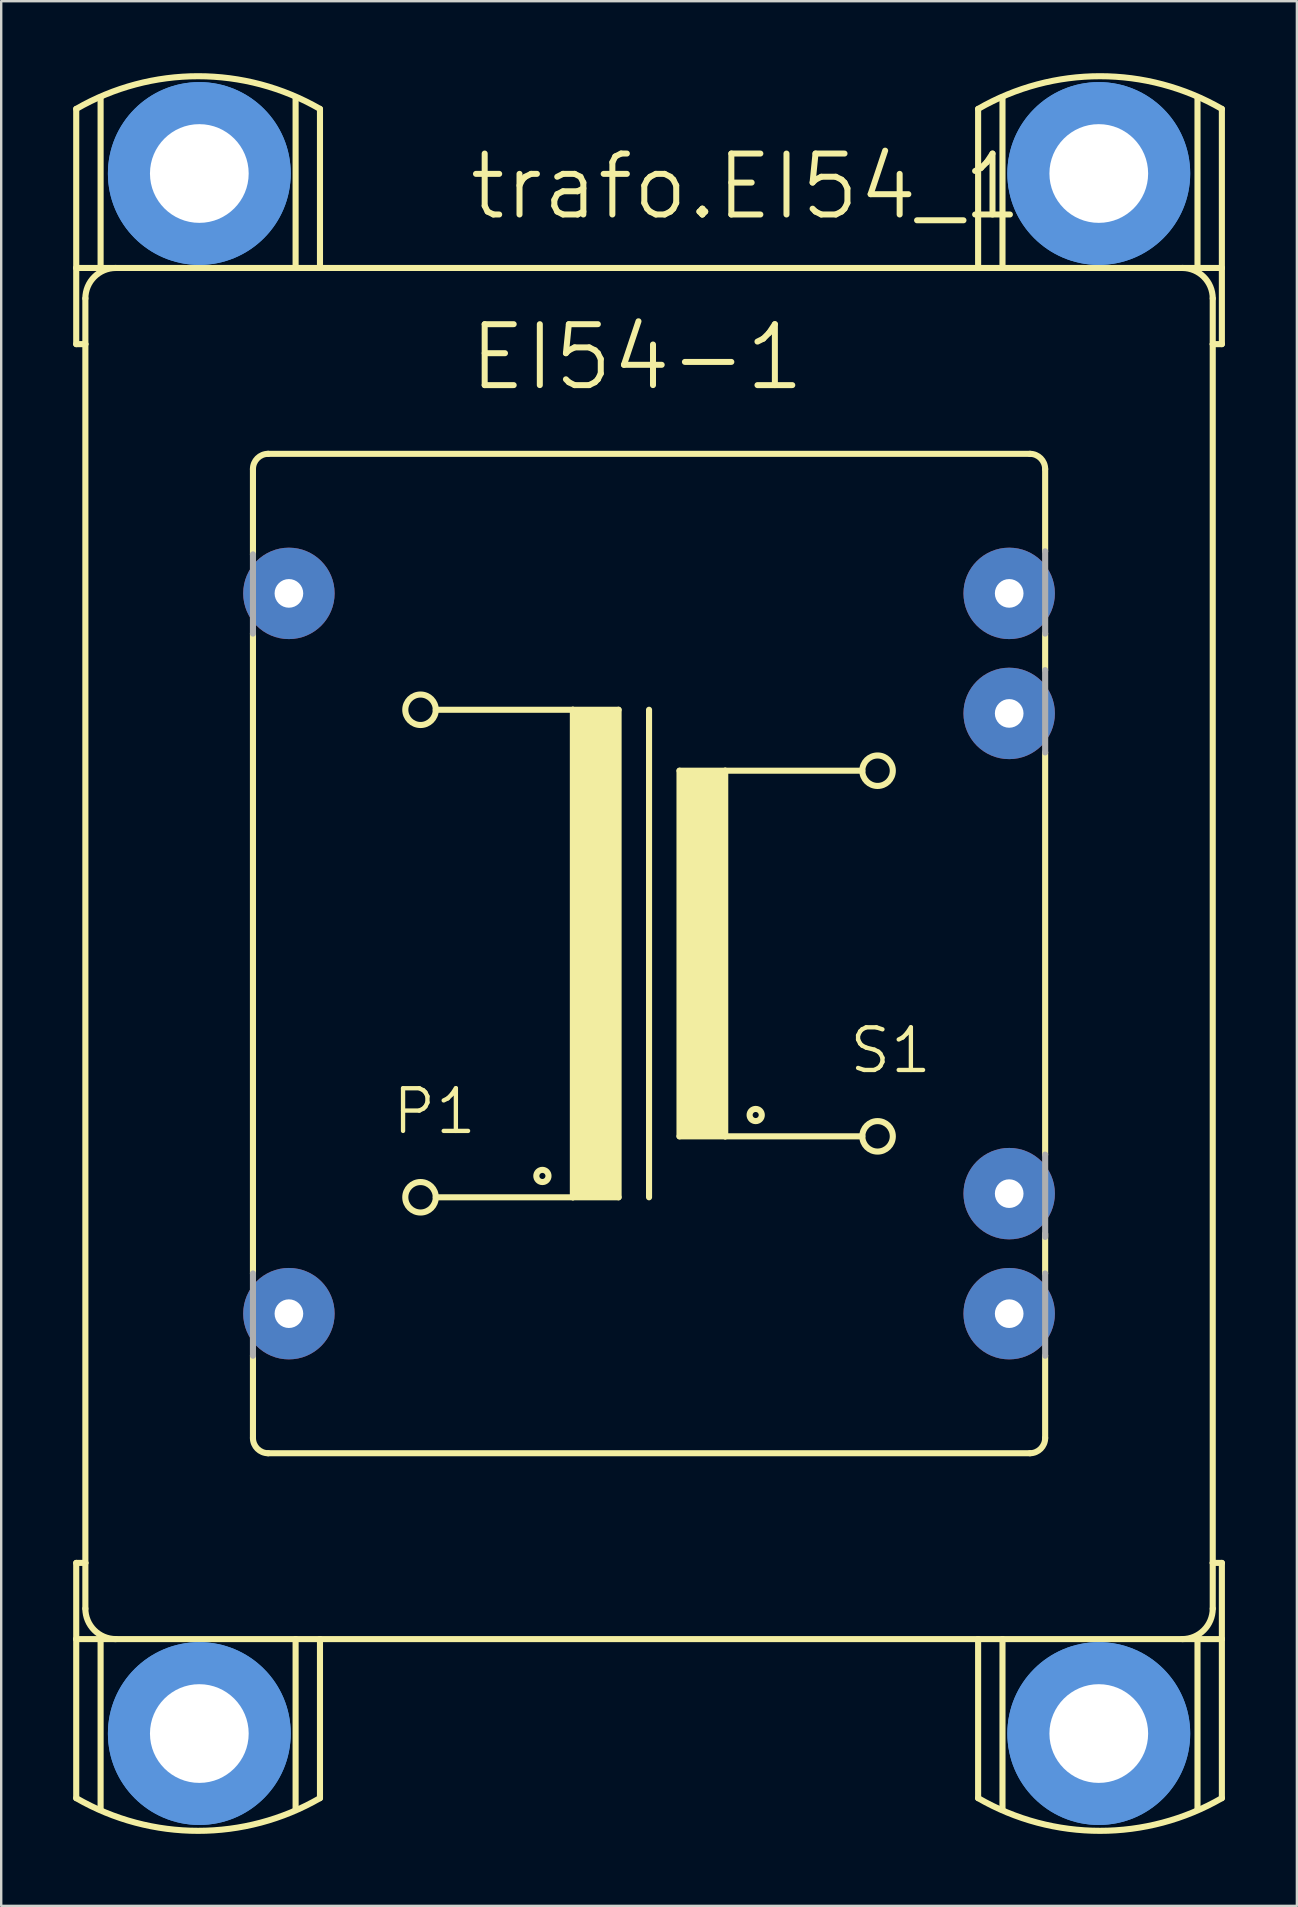
<source format=kicad_pcb>
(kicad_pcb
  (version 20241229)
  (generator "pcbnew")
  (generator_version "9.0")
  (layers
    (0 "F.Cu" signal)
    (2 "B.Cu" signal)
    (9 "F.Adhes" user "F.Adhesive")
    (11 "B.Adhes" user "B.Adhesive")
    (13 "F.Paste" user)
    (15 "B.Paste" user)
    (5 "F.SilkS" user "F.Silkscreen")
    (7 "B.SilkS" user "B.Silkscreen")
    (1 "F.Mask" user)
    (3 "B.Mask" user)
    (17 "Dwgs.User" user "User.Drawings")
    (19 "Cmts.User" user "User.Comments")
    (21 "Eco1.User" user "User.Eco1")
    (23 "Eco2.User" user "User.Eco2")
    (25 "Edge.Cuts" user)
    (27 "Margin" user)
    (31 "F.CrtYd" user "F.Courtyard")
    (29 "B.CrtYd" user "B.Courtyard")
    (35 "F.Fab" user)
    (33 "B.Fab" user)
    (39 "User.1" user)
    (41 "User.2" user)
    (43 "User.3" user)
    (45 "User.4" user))
  (footprint "trafo.EI54_1B"
    (layer "F.Cu")
    (at 24.003 36.694)
    (property "Reference" "trafo.EI54_1B" (at -7.62 -30.48 0) (layer "F.SilkS") (effects (font (size 2.54 2.54) (thickness 0.25)) (justify left bottom)))
    (attr through_hole)
    (fp_line (start -23.876 -35.204) (end -23.876 -28.575) (stroke (width 0.254) (type default)) (layer "F.SilkS"))
    (fp_line (start -23.876 -28.575) (end -22.86 -28.575) (stroke (width 0.254) (type default)) (layer "F.SilkS"))
    (fp_line (start -23.876 -25.4) (end -23.876 -28.575) (stroke (width 0.254) (type default)) (layer "F.SilkS"))
    (fp_line (start -23.876 -25.4) (end -23.495 -25.4) (stroke (width 0.254) (type default)) (layer "F.SilkS"))
    (fp_line (start -23.876 25.4) (end -23.495 25.4) (stroke (width 0.254) (type default)) (layer "F.SilkS"))
    (fp_line (start -23.876 28.575) (end -23.876 25.4) (stroke (width 0.254) (type default)) (layer "F.SilkS"))
    (fp_line (start -23.876 28.575) (end -23.876 35.204) (stroke (width 0.254) (type default)) (layer "F.SilkS"))
    (fp_line (start -23.876 28.575) (end -22.86 28.575) (stroke (width 0.254) (type default)) (layer "F.SilkS"))
    (fp_line (start -23.495 -25.4) (end -23.495 -27.305) (stroke (width 0.254) (type default)) (layer "F.SilkS"))
    (fp_line (start -23.495 25.4) (end -23.495 -25.4) (stroke (width 0.254) (type default)) (layer "F.SilkS"))
    (fp_line (start -23.495 27.305) (end -23.495 25.4) (stroke (width 0.254) (type default)) (layer "F.SilkS"))
    (fp_line (start -22.86 -28.575) (end -22.86 -35.687) (stroke (width 0.254) (type default)) (layer "F.SilkS"))
    (fp_line (start -22.86 -28.575) (end -22.86 -28.448) (stroke (width 0.254) (type default)) (layer "F.SilkS"))
    (fp_line (start -22.86 -28.575) (end -14.732 -28.575) (stroke (width 0.254) (type default)) (layer "F.SilkS"))
    (fp_line (start -22.86 28.575) (end -22.86 28.448) (stroke (width 0.254) (type default)) (layer "F.SilkS"))
    (fp_line (start -22.86 28.575) (end -22.86 35.687) (stroke (width 0.254) (type default)) (layer "F.SilkS"))
    (fp_line (start -16.51 -20.193) (end -16.51 -16.637) (stroke (width 0.254) (type default)) (layer "F.SilkS"))
    (fp_line (start -16.51 -13.335) (end -16.51 13.335) (stroke (width 0.254) (type default)) (layer "F.SilkS"))
    (fp_line (start -16.51 20.193) (end -16.51 16.764) (stroke (width 0.254) (type default)) (layer "F.SilkS"))
    (fp_line (start -15.875 -20.828) (end 15.875 -20.828) (stroke (width 0.254) (type default)) (layer "F.SilkS"))
    (fp_line (start -15.875 20.828) (end 15.875 20.828) (stroke (width 0.254) (type default)) (layer "F.SilkS"))
    (fp_line (start -14.732 -28.575) (end -14.732 -35.687) (stroke (width 0.254) (type default)) (layer "F.SilkS"))
    (fp_line (start -14.732 -28.575) (end -13.716 -28.575) (stroke (width 0.254) (type default)) (layer "F.SilkS"))
    (fp_line (start -14.732 28.575) (end -22.86 28.575) (stroke (width 0.254) (type default)) (layer "F.SilkS"))
    (fp_line (start -14.732 28.575) (end -14.732 35.687) (stroke (width 0.254) (type default)) (layer "F.SilkS"))
    (fp_line (start -13.716 -28.575) (end -13.716 -35.204) (stroke (width 0.254) (type default)) (layer "F.SilkS"))
    (fp_line (start -13.716 28.575) (end -14.732 28.575) (stroke (width 0.254) (type default)) (layer "F.SilkS"))
    (fp_line (start -13.716 35.204) (end -13.716 28.575) (stroke (width 0.254) (type default)) (layer "F.SilkS"))
    (fp_line (start -8.89 -10.16) (end -3.175 -10.16) (stroke (width 0.254) (type default)) (layer "F.SilkS"))
    (fp_line (start -3.175 -10.16) (end -3.175 10.16) (stroke (width 0.254) (type default)) (layer "F.SilkS"))
    (fp_line (start -3.175 -10.16) (end -1.27 -10.16) (stroke (width 0.254) (type default)) (layer "F.SilkS"))
    (fp_line (start -3.175 10.16) (end -8.89 10.16) (stroke (width 0.254) (type default)) (layer "F.SilkS"))
    (fp_line (start -1.27 -10.16) (end -1.27 10.16) (stroke (width 0.254) (type default)) (layer "F.SilkS"))
    (fp_line (start -1.27 10.16) (end -3.175 10.16) (stroke (width 0.254) (type default)) (layer "F.SilkS"))
    (fp_line (start 0 -10.16) (end 0 10.16) (stroke (width 0.254) (type default)) (layer "F.SilkS"))
    (fp_line (start 1.27 -7.62) (end 1.27 7.62) (stroke (width 0.254) (type default)) (layer "F.SilkS"))
    (fp_line (start 1.27 -7.62) (end 3.175 -7.62) (stroke (width 0.254) (type default)) (layer "F.SilkS"))
    (fp_line (start 1.27 7.62) (end 3.175 7.62) (stroke (width 0.254) (type default)) (layer "F.SilkS"))
    (fp_line (start 3.175 -7.62) (end 8.89 -7.62) (stroke (width 0.254) (type default)) (layer "F.SilkS"))
    (fp_line (start 3.175 7.62) (end 3.175 -7.62) (stroke (width 0.254) (type default)) (layer "F.SilkS"))
    (fp_line (start 3.175 7.62) (end 8.89 7.62) (stroke (width 0.254) (type default)) (layer "F.SilkS"))
    (fp_line (start 13.716 -35.204) (end 13.716 -28.575) (stroke (width 0.254) (type default)) (layer "F.SilkS"))
    (fp_line (start 13.716 -28.575) (end -13.716 -28.575) (stroke (width 0.254) (type default)) (layer "F.SilkS"))
    (fp_line (start 13.716 -28.575) (end 14.732 -28.575) (stroke (width 0.254) (type default)) (layer "F.SilkS"))
    (fp_line (start 13.716 28.575) (end -13.716 28.575) (stroke (width 0.254) (type default)) (layer "F.SilkS"))
    (fp_line (start 13.716 28.575) (end 13.716 35.204) (stroke (width 0.254) (type default)) (layer "F.SilkS"))
    (fp_line (start 14.732 -28.575) (end 14.732 -35.687) (stroke (width 0.254) (type default)) (layer "F.SilkS"))
    (fp_line (start 14.732 -28.575) (end 22.86 -28.575) (stroke (width 0.254) (type default)) (layer "F.SilkS"))
    (fp_line (start 14.732 28.575) (end 13.716 28.575) (stroke (width 0.254) (type default)) (layer "F.SilkS"))
    (fp_line (start 14.732 28.575) (end 14.732 35.687) (stroke (width 0.254) (type default)) (layer "F.SilkS"))
    (fp_line (start 16.51 -20.193) (end 16.51 -16.764) (stroke (width 0.254) (type default)) (layer "F.SilkS"))
    (fp_line (start 16.51 -13.335) (end 16.51 -11.811) (stroke (width 0.254) (type default)) (layer "F.SilkS"))
    (fp_line (start 16.51 -8.382) (end 16.51 8.382) (stroke (width 0.254) (type default)) (layer "F.SilkS"))
    (fp_line (start 16.51 11.684) (end 16.51 13.335) (stroke (width 0.254) (type default)) (layer "F.SilkS"))
    (fp_line (start 16.51 20.193) (end 16.51 16.764) (stroke (width 0.254) (type default)) (layer "F.SilkS"))
    (fp_line (start 22.86 -28.575) (end 22.86 -35.687) (stroke (width 0.254) (type default)) (layer "F.SilkS"))
    (fp_line (start 22.86 -28.575) (end 22.86 -28.448) (stroke (width 0.254) (type default)) (layer "F.SilkS"))
    (fp_line (start 22.86 -28.575) (end 23.876 -28.575) (stroke (width 0.254) (type default)) (layer "F.SilkS"))
    (fp_line (start 22.86 28.575) (end 14.732 28.575) (stroke (width 0.254) (type default)) (layer "F.SilkS"))
    (fp_line (start 22.86 28.575) (end 22.86 28.448) (stroke (width 0.254) (type default)) (layer "F.SilkS"))
    (fp_line (start 22.86 28.575) (end 22.86 35.687) (stroke (width 0.254) (type default)) (layer "F.SilkS"))
    (fp_line (start 23.495 -27.305) (end 23.495 -25.4) (stroke (width 0.254) (type default)) (layer "F.SilkS"))
    (fp_line (start 23.495 -25.4) (end 23.495 25.4) (stroke (width 0.254) (type default)) (layer "F.SilkS"))
    (fp_line (start 23.495 -25.4) (end 23.876 -25.4) (stroke (width 0.254) (type default)) (layer "F.SilkS"))
    (fp_line (start 23.495 25.4) (end 23.495 27.305) (stroke (width 0.254) (type default)) (layer "F.SilkS"))
    (fp_line (start 23.495 25.4) (end 23.876 25.4) (stroke (width 0.254) (type default)) (layer "F.SilkS"))
    (fp_line (start 23.876 -28.575) (end 23.876 -35.204) (stroke (width 0.254) (type default)) (layer "F.SilkS"))
    (fp_line (start 23.876 -25.4) (end 23.876 -28.575) (stroke (width 0.254) (type default)) (layer "F.SilkS"))
    (fp_line (start 23.876 28.575) (end 22.86 28.575) (stroke (width 0.254) (type default)) (layer "F.SilkS"))
    (fp_line (start 23.876 28.575) (end 23.876 25.4) (stroke (width 0.254) (type default)) (layer "F.SilkS"))
    (fp_line (start 23.876 35.204) (end 23.876 28.575) (stroke (width 0.254) (type default)) (layer "F.SilkS"))
    (fp_rect (start -3.175 10.16) (end -1.27 -10.16) (stroke (width 0.05) (type default)) (fill yes) (layer "F.SilkS"))
    (fp_rect (start 1.27 7.62) (end 3.175 -7.62) (stroke (width 0.05) (type default)) (fill yes) (layer "F.SilkS"))
    (fp_arc (start -23.876 -35.2044) (mid -18.796 -36.566979) (end -13.716 -35.2044) (stroke (width 0.254) (type default)) (layer "F.SilkS"))
    (fp_arc (start -23.495 -27.305) (mid -23.123026 -28.203026) (end -22.225 -28.575) (stroke (width 0.254) (type default)) (layer "F.SilkS"))
    (fp_arc (start -22.225 28.575) (mid -23.123026 28.203026) (end -23.495 27.305) (stroke (width 0.254) (type default)) (layer "F.SilkS"))
    (fp_arc (start -16.51 -20.193) (mid -16.324013 -20.642013) (end -15.875 -20.828) (stroke (width 0.254) (type default)) (layer "F.SilkS"))
    (fp_arc (start -15.875 20.828) (mid -16.324013 20.642013) (end -16.51 20.193) (stroke (width 0.254) (type default)) (layer "F.SilkS"))
    (fp_arc (start -13.716 35.2044) (mid -18.796 36.566979) (end -23.876 35.2044) (stroke (width 0.254) (type default)) (layer "F.SilkS"))
    (fp_arc (start 13.716 -35.2044) (mid 18.796 -36.566979) (end 23.876 -35.2044) (stroke (width 0.254) (type default)) (layer "F.SilkS"))
    (fp_arc (start 15.875 -20.828) (mid 16.324013 -20.642013) (end 16.51 -20.193) (stroke (width 0.254) (type default)) (layer "F.SilkS"))
    (fp_arc (start 16.51 20.193) (mid 16.324013 20.642013) (end 15.875 20.828) (stroke (width 0.254) (type default)) (layer "F.SilkS"))
    (fp_arc (start 22.225 -28.575) (mid 23.123026 -28.203026) (end 23.495 -27.305) (stroke (width 0.254) (type default)) (layer "F.SilkS"))
    (fp_arc (start 23.495 27.305) (mid 23.123026 28.203026) (end 22.225 28.575) (stroke (width 0.254) (type default)) (layer "F.SilkS"))
    (fp_arc (start 23.876 35.2044) (mid 18.796 36.566979) (end 13.716 35.2044) (stroke (width 0.254) (type default)) (layer "F.SilkS"))
    (fp_circle (center -9.525 -10.16) (end -8.89 -10.16) (stroke (width 0.254) (type default)) (fill no) (layer "F.SilkS"))
    (fp_circle (center -9.525 10.16) (end -8.89 10.16) (stroke (width 0.254) (type default)) (fill no) (layer "F.SilkS"))
    (fp_circle (center -4.445 9.271) (end -4.191 9.271) (stroke (width 0.254) (type default)) (fill no) (layer "F.SilkS"))
    (fp_circle (center 4.445 6.731) (end 4.699 6.731) (stroke (width 0.254) (type default)) (fill no) (layer "F.SilkS"))
    (fp_circle (center 9.525 -7.62) (end 10.16 -7.62) (stroke (width 0.254) (type default)) (fill no) (layer "F.SilkS"))
    (fp_circle (center 9.525 7.62) (end 10.16 7.62) (stroke (width 0.254) (type default)) (fill no) (layer "F.SilkS"))
    (fp_circle (center -18.745 -32.512) (end -15.824 -32.512) (stroke (width 1.778) (type default)) (fill no) (layer "Cmts.User"))
    (fp_circle (center -18.745 -32.512) (end -15.824 -32.512) (stroke (width 1.778) (type default)) (fill no) (layer "Cmts.User"))
    (fp_circle (center -18.745 32.512) (end -15.824 32.512) (stroke (width 1.778) (type default)) (fill no) (layer "Cmts.User"))
    (fp_circle (center -18.745 32.512) (end -15.824 32.512) (stroke (width 1.778) (type default)) (fill no) (layer "Cmts.User"))
    (fp_circle (center 18.745 -32.512) (end 21.666 -32.512) (stroke (width 1.778) (type default)) (fill no) (layer "Cmts.User"))
    (fp_circle (center 18.745 -32.512) (end 21.666 -32.512) (stroke (width 1.778) (type default)) (fill no) (layer "Cmts.User"))
    (fp_circle (center 18.745 32.512) (end 21.666 32.512) (stroke (width 1.778) (type default)) (fill no) (layer "Cmts.User"))
    (fp_circle (center 18.745 32.512) (end 21.666 32.512) (stroke (width 1.778) (type default)) (fill no) (layer "Cmts.User"))
    (fp_line (start -16.51 -13.335) (end -16.51 -16.637) (stroke (width 0.254) (type default)) (layer "F.Fab"))
    (fp_line (start -16.51 13.335) (end -16.51 16.764) (stroke (width 0.254) (type default)) (layer "F.Fab"))
    (fp_line (start 16.51 -13.335) (end 16.51 -16.764) (stroke (width 0.254) (type default)) (layer "F.Fab"))
    (fp_line (start 16.51 -8.382) (end 16.51 -11.811) (stroke (width 0.254) (type default)) (layer "F.Fab"))
    (fp_line (start 16.51 11.811) (end 16.51 8.382) (stroke (width 0.254) (type default)) (layer "F.Fab"))
    (fp_line (start 16.51 16.764) (end 16.51 13.335) (stroke (width 0.254) (type default)) (layer "F.Fab"))
    (fp_text user "EI54-1" (at -7.62 -23.368 0) (layer "F.SilkS") (effects (font (size 2.54 2.54) (thickness 0.25)) (justify left bottom)))
    (fp_text user "P1" (at -10.795 7.62 0) (layer "F.SilkS") (effects (font (size 1.778 1.778) (thickness 0.18)) (justify left bottom)))
    (fp_text user "S1" (at 8.255 5.08 0) (layer "F.SilkS") (effects (font (size 1.778 1.778) (thickness 0.18)) (justify left bottom)))
    (pad "" np_thru_hole circle (at -18.745 -32.512) (size 4.115 4.115) (drill 4.115) (layers "*.Cu" "*.Mask"))
    (pad "" np_thru_hole circle (at -18.745 32.512) (size 4.115 4.115) (drill 4.115) (layers "*.Cu" "*.Mask"))
    (pad "" np_thru_hole circle (at 18.745 -32.512) (size 4.115 4.115) (drill 4.115) (layers "*.Cu" "*.Mask"))
    (pad "" np_thru_hole circle (at 18.745 32.512) (size 4.115 4.115) (drill 4.115) (layers "*.Cu" "*.Mask"))
    (pad "1" thru_hole circle (at -15.011 -15.011) (size 3.81 3.81) (drill 1.194) (layers "*.Cu" "*.Mask"))
    (pad "7" thru_hole circle (at -15.011 15.011) (size 3.81 3.81) (drill 1.194) (layers "*.Cu" "*.Mask"))
    (pad "8" thru_hole circle (at 15.011 15.011) (size 3.81 3.81) (drill 1.194) (layers "*.Cu" "*.Mask"))
    (pad "9" thru_hole circle (at 15.011 10.008) (size 3.81 3.81) (drill 1.194) (layers "*.Cu" "*.Mask"))
    (pad "13" thru_hole circle (at 15.011 -10.008) (size 3.81 3.81) (drill 1.194) (layers "*.Cu" "*.Mask"))
    (pad "14" thru_hole circle (at 15.011 -15.011) (size 3.81 3.81) (drill 1.194) (layers "*.Cu" "*.Mask")))
  (gr_rect
    (start -3 -3)
    (end 51.006 76.388)
    (stroke (width 0.1) (type default))
    (fill no)
    (layer "Edge.Cuts")))
</source>
